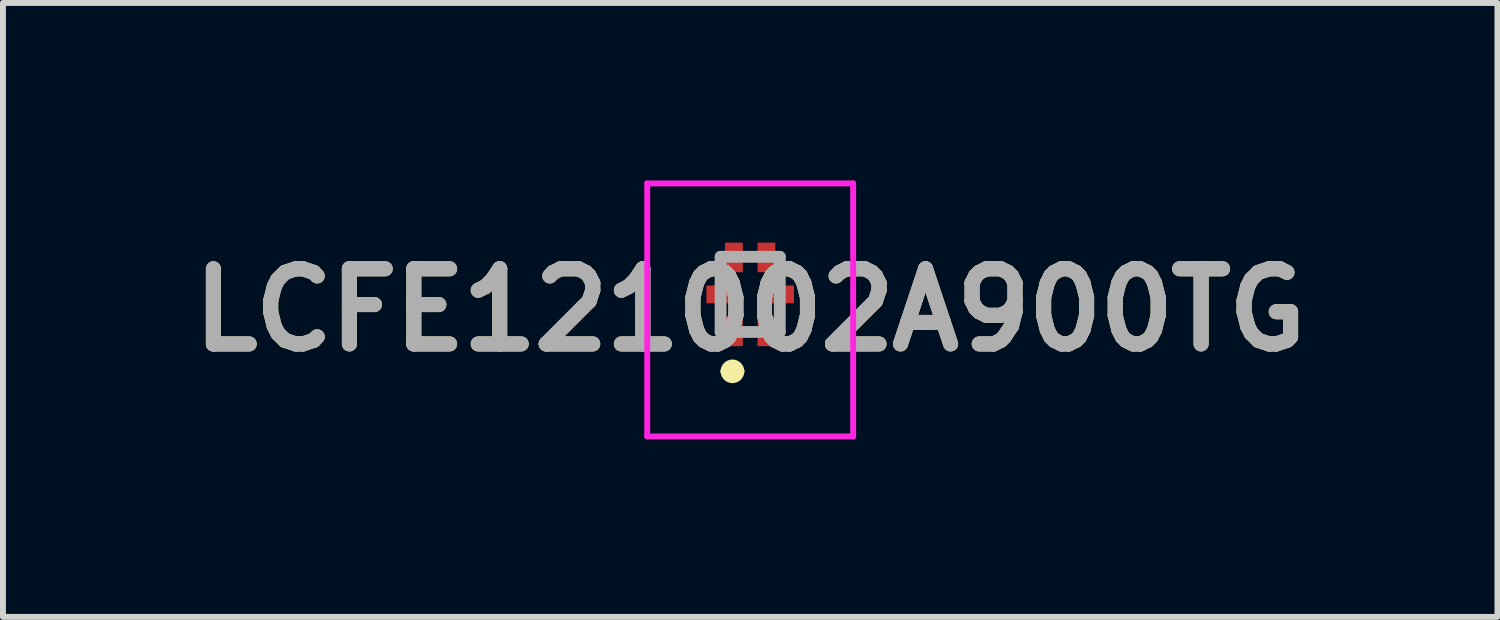
<source format=kicad_pcb>
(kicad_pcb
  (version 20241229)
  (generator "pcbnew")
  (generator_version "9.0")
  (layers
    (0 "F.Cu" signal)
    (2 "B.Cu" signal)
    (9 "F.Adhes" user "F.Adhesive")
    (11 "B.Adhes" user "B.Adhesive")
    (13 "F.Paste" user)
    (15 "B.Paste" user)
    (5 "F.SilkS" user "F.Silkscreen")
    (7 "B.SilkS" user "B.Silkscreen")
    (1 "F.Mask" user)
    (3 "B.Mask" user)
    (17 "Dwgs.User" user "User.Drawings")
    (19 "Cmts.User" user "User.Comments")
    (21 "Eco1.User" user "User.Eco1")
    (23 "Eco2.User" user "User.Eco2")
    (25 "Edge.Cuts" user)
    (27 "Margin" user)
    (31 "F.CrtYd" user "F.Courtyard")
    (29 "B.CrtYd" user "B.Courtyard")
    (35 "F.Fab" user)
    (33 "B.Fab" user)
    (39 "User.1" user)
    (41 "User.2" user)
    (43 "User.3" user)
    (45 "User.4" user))
  (footprint "LCFE121002A900TG"
    (layer "F.Cu")
    (at 9.628 2.308)
    (property "Reference" "LCFE121002A900TG" (at 0 -0.12 0) (layer "F.SilkS") (effects (font (size 1.27 1.27) (thickness 0.254))))
    (attr smd)
    (fp_line (start -0.4 0.917) (end -0.4 0.917) (stroke (width 0.2) (type solid)) (layer "F.SilkS"))
    (fp_line (start -0.2 0.917) (end -0.2 0.917) (stroke (width 0.2) (type solid)) (layer "F.SilkS"))
    (fp_arc (start -0.4 0.917) (mid -0.2995 0.8175) (end -0.2 0.918) (stroke (width 0.2) (type solid)) (layer "F.SilkS"))
    (fp_arc (start -0.2 0.917) (mid -0.3 1.017) (end -0.4 0.917) (stroke (width 0.2) (type solid)) (layer "F.SilkS"))
    (fp_line (start -1.74 -2.258) (end -1.74 2.017) (stroke (width 0.1) (type solid)) (layer "F.CrtYd"))
    (fp_line (start -1.74 2.017) (end 1.74 2.017) (stroke (width 0.1) (type solid)) (layer "F.CrtYd"))
    (fp_line (start 1.74 -2.258) (end -1.74 -2.258) (stroke (width 0.1) (type solid)) (layer "F.CrtYd"))
    (fp_line (start 1.74 2.017) (end 1.74 -2.258) (stroke (width 0.1) (type solid)) (layer "F.CrtYd"))
    (fp_line (start -0.5 -1.018) (end -0.5 0.252) (stroke (width 0.2) (type solid)) (layer "F.Fab"))
    (fp_line (start -0.5 0.252) (end 0.5 0.252) (stroke (width 0.2) (type solid)) (layer "F.Fab"))
    (fp_line (start 0.5 -1.018) (end -0.5 -1.018) (stroke (width 0.2) (type solid)) (layer "F.Fab"))
    (fp_line (start 0.5 0.252) (end 0.5 -1.018) (stroke (width 0.2) (type solid)) (layer "F.Fab"))
    (fp_text user "${REFERENCE}" (at 0 -0.12 0) (layer "F.Fab") (effects (font (size 1.27 1.27) (thickness 0.254))))
    (pad "1" smd rect (at -0.275 0.242) (size 0.3 0.5) (layers "F.Cu" "F.Mask" "F.Paste"))
    (pad "2" smd rect (at 0.275 0.242) (size 0.3 0.5) (layers "F.Cu" "F.Mask" "F.Paste"))
    (pad "3" smd rect (at 0.275 -1.008) (size 0.3 0.5) (layers "F.Cu" "F.Mask" "F.Paste"))
    (pad "4" smd rect (at -0.275 -1.008) (size 0.3 0.5) (layers "F.Cu" "F.Mask" "F.Paste"))
    (pad "5" smd rect (at -0.49 -0.383 90) (size 0.3 0.5) (layers "F.Cu" "F.Mask" "F.Paste"))
    (pad "6" smd rect (at 0.49 -0.383 90) (size 0.3 0.5) (layers "F.Cu" "F.Mask" "F.Paste")))
  (gr_rect
    (start -3 -3)
    (end 22.256 7.375)
    (stroke (width 0.1) (type default))
    (fill no)
    (layer "Edge.Cuts")))
</source>
